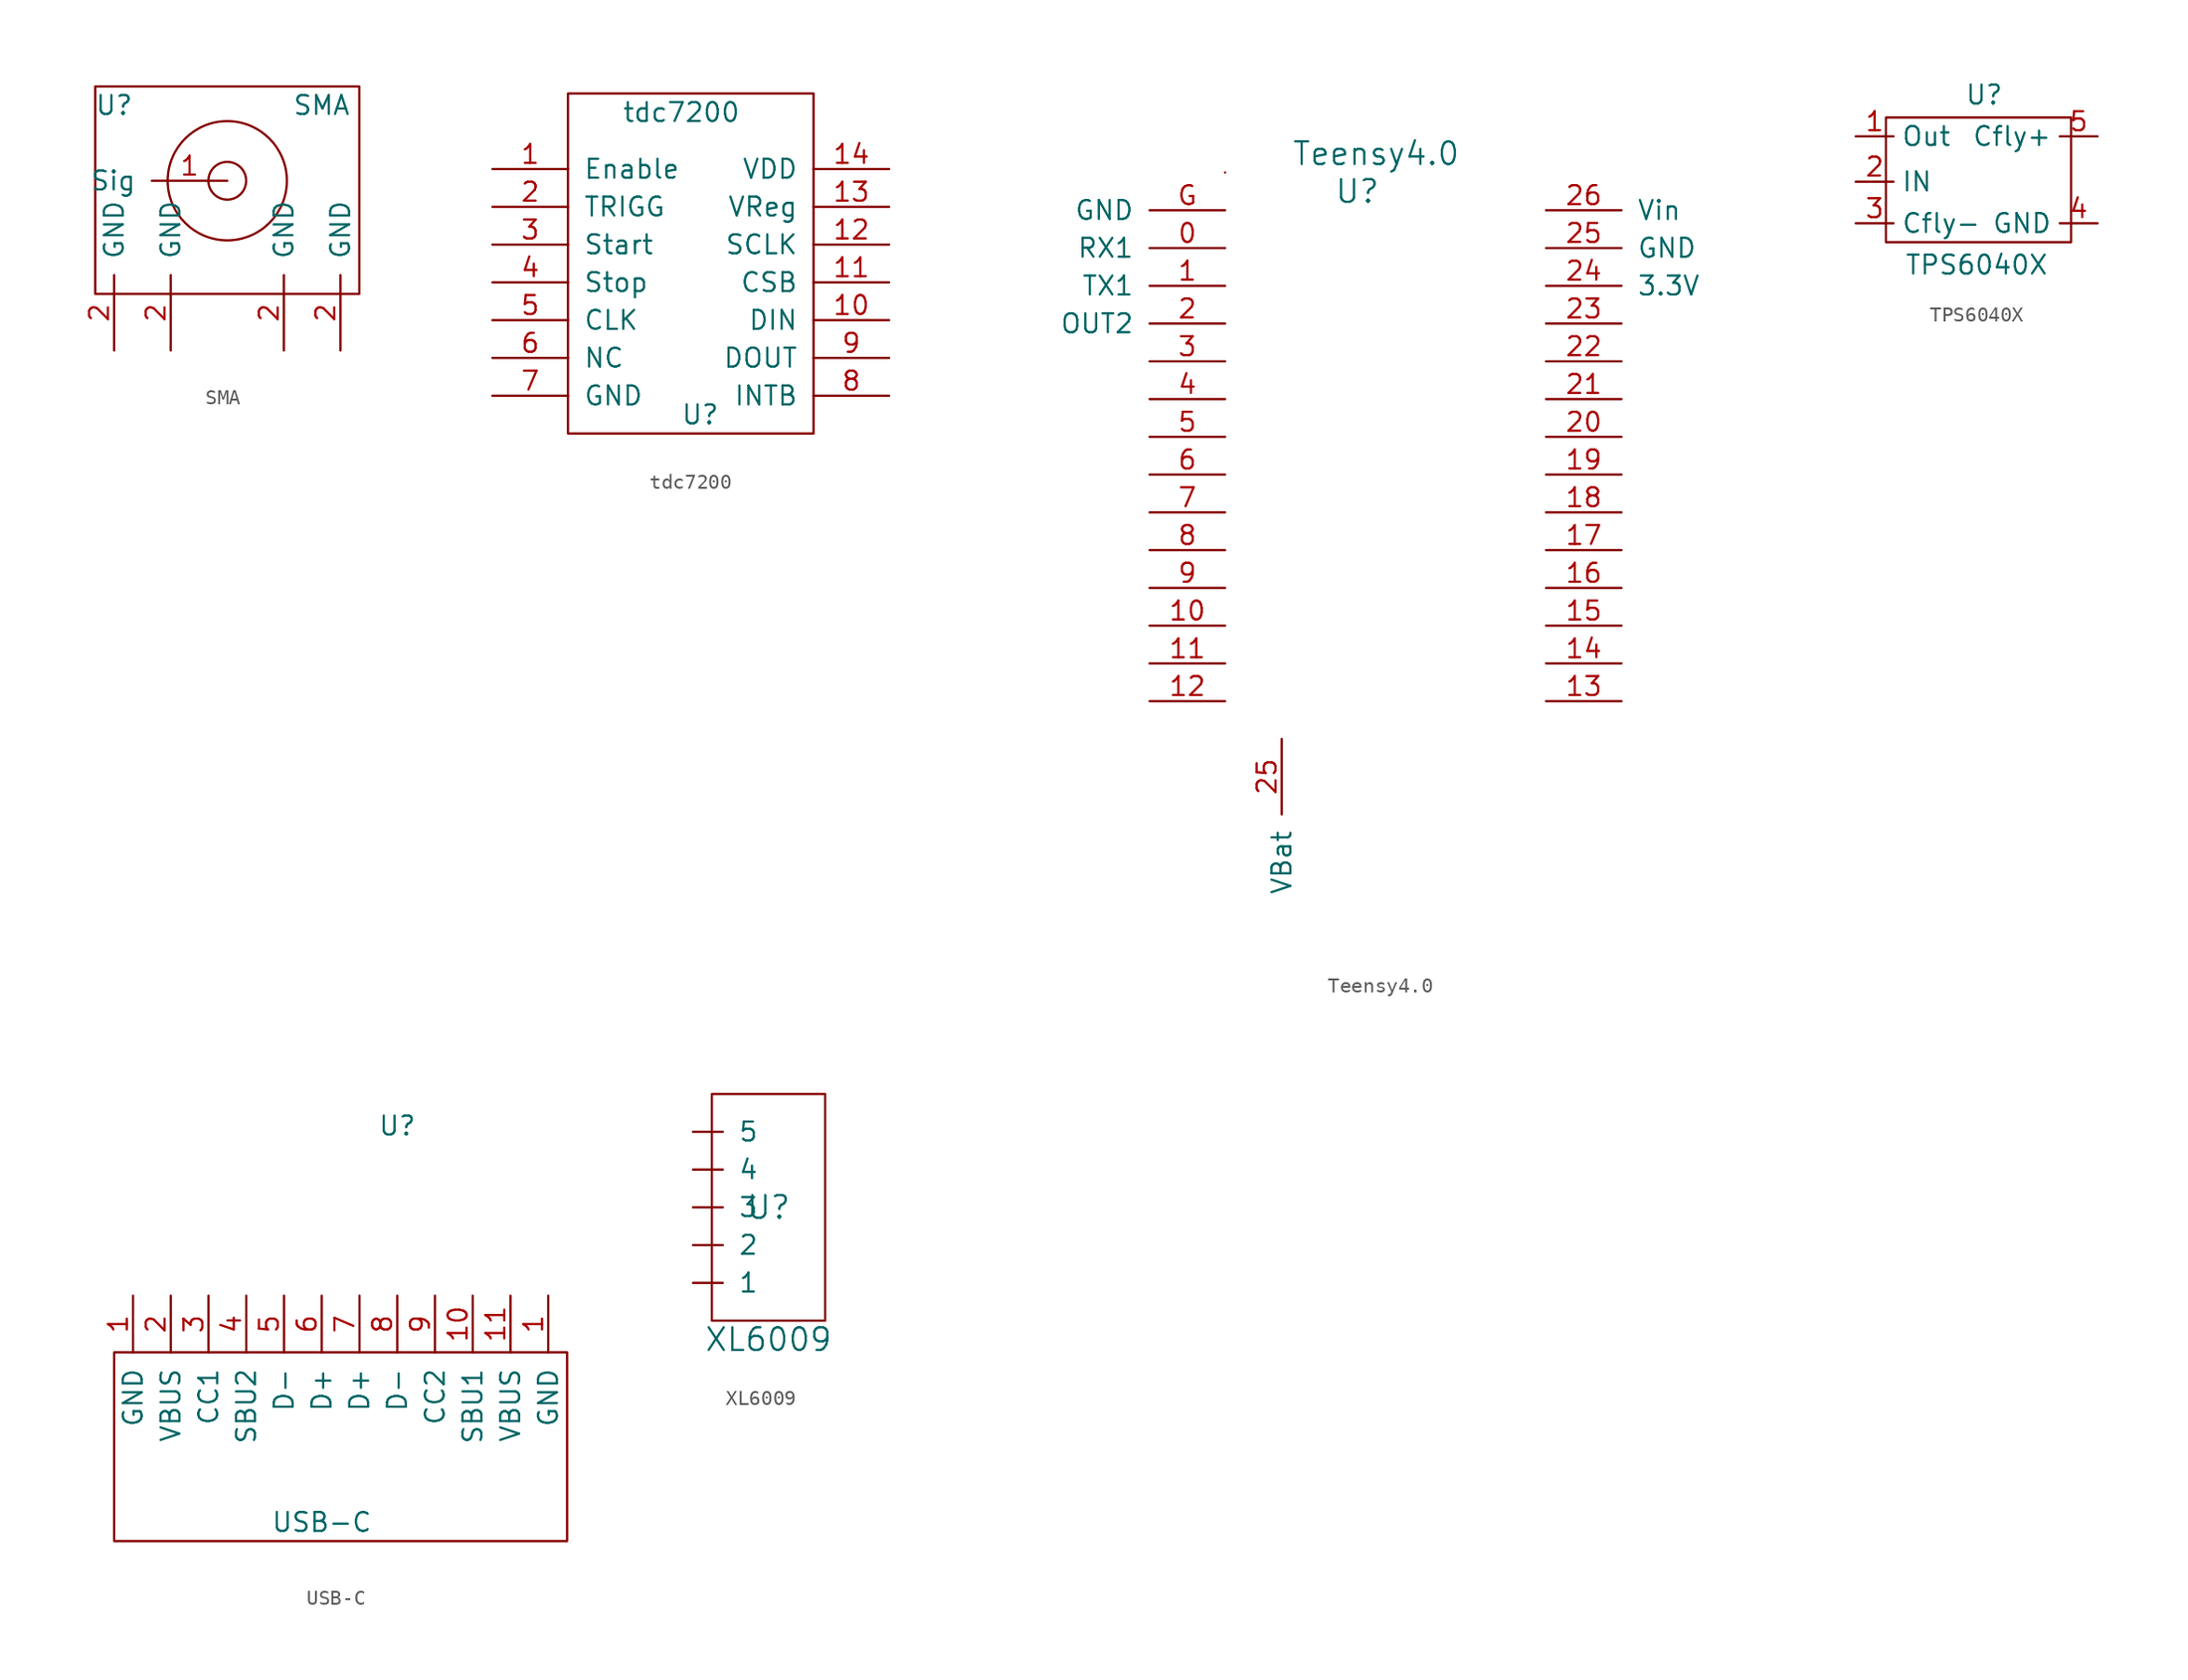
<source format=kicad_sym>
(kicad_symbol_lib
  (version 20220914)
  (generator kicad_symbol_editor)
  (symbol "SMA"
    (pin_names
      (offset 1.016))
    (property "Reference" "U"
      (at -7.62 5.08 0)
      (effects (font (size 1.27 1.27))))
    (property "Value" "SMA"
      (at 6.35 5.08 0)
      (effects (font (size 1.27 1.27))))
    (symbol "SMA_0_1"
      (rectangle (start -8.89 6.35) (end 8.89 -7.62) (stroke (width 0) (type solid)) (fill (type none)))
      (circle (center 0 0) (radius 1.27) (stroke (width 0) (type solid)) (fill (type none)))
      (circle (center 0 0) (radius 4.013) (stroke (width 0) (type solid)) (fill (type none))))
    (symbol "SMA_1_1"
      (pin input line (at 0 0 180) (length 5.08) (name "Sig" (effects (font (size 1.27 1.27)))) (number "1" (effects (font (size 1.27 1.27)))))
      (pin input line (at -7.62 -11.43 90) (length 5.08) (name "GND" (effects (font (size 1.27 1.27)))) (number "2" (effects (font (size 1.27 1.27)))))
      (pin input line (at -3.81 -11.43 90) (length 5.08) (name "GND" (effects (font (size 1.27 1.27)))) (number "2" (effects (font (size 1.27 1.27)))))
      (pin input line (at 3.81 -11.43 90) (length 5.08) (name "GND" (effects (font (size 1.27 1.27)))) (number "2" (effects (font (size 1.27 1.27)))))
      (pin input line (at 7.62 -11.43 90) (length 5.08) (name "GND" (effects (font (size 1.27 1.27)))) (number "2" (effects (font (size 1.27 1.27)))))))
  (symbol "tdc7200"
    (pin_names
      (offset 1.016))
    (property "Reference" "U"
      (at 0 -2.54 0)
      (effects (font (size 1.27 1.27))))
    (property "Value" "tdc7200"
      (at -1.27 17.78 0)
      (effects (font (size 1.27 1.27))))
    (symbol "tdc7200_0_1"
      (rectangle (start -8.89 19.05) (end 7.62 -3.81) (stroke (width 0) (type solid)) (fill (type none))))
    (symbol "tdc7200_1_1"
      (pin input line (at -13.97 13.97 0) (length 5.08) (name "Enable" (effects (font (size 1.27 1.27)))) (number "1" (effects (font (size 1.27 1.27)))))
      (pin input line (at 12.7 3.81 180) (length 5.08) (name "DIN" (effects (font (size 1.27 1.27)))) (number "10" (effects (font (size 1.27 1.27)))))
      (pin input line (at 12.7 6.35 180) (length 5.08) (name "CSB" (effects (font (size 1.27 1.27)))) (number "11" (effects (font (size 1.27 1.27)))))
      (pin input line (at 12.7 8.89 180) (length 5.08) (name "SCLK" (effects (font (size 1.27 1.27)))) (number "12" (effects (font (size 1.27 1.27)))))
      (pin input line (at 12.7 11.43 180) (length 5.08) (name "VReg" (effects (font (size 1.27 1.27)))) (number "13" (effects (font (size 1.27 1.27)))))
      (pin input line (at 12.7 13.97 180) (length 5.08) (name "VDD" (effects (font (size 1.27 1.27)))) (number "14" (effects (font (size 1.27 1.27)))))
      (pin input line (at -13.97 11.43 0) (length 5.08) (name "TRIGG" (effects (font (size 1.27 1.27)))) (number "2" (effects (font (size 1.27 1.27)))))
      (pin input line (at -13.97 8.89 0) (length 5.08) (name "Start" (effects (font (size 1.27 1.27)))) (number "3" (effects (font (size 1.27 1.27)))))
      (pin input line (at -13.97 6.35 0) (length 5.08) (name "Stop" (effects (font (size 1.27 1.27)))) (number "4" (effects (font (size 1.27 1.27)))))
      (pin input line (at -13.97 3.81 0) (length 5.08) (name "CLK" (effects (font (size 1.27 1.27)))) (number "5" (effects (font (size 1.27 1.27)))))
      (pin input line (at -13.97 1.27 0) (length 5.08) (name "NC" (effects (font (size 1.27 1.27)))) (number "6" (effects (font (size 1.27 1.27)))))
      (pin input line (at -13.97 -1.27 0) (length 5.08) (name "GND" (effects (font (size 1.27 1.27)))) (number "7" (effects (font (size 1.27 1.27)))))
      (pin input line (at 12.7 -1.27 180) (length 5.08) (name "INTB" (effects (font (size 1.27 1.27)))) (number "8" (effects (font (size 1.27 1.27)))))
      (pin input line (at 12.7 1.27 180) (length 5.08) (name "DOUT" (effects (font (size 1.27 1.27)))) (number "9" (effects (font (size 1.27 1.27)))))))
  (symbol "Teensy4.0"
    (pin_names
      (offset 1.016))
    (property "Reference" "U"
      (at -1.27 16.51 0)
      (effects (font (size 1.524 1.524))))
    (property "Value" "Teensy4.0"
      (at 0 19.05 0)
      (effects (font (size 1.524 1.524))))
    (property "Footprint" ""
      (at 0 0 0)
      (effects (font (size 1.524 1.524))))
    (property "Datasheet" ""
      (at 0 0 0)
      (effects (font (size 1.524 1.524))))
    (symbol "Teensy4.0_0_1"
      (rectangle (start -10.16 17.78) (end -10.16 17.78) (stroke (width 0) (type solid)) (fill (type none))))
    (symbol "Teensy4.0_1_1"
      (pin input line (at -10.16 12.7 180) (length 5.08) (name "RX1" (effects (font (size 1.27 1.27)))) (number "0" (effects (font (size 1.27 1.27)))))
      (pin input line (at -10.16 10.16 180) (length 5.08) (name "TX1" (effects (font (size 1.27 1.27)))) (number "1" (effects (font (size 1.27 1.27)))))
      (pin input line (at -10.16 -12.7 180) (length 5.08) (name "~" (effects (font (size 1.27 1.27)))) (number "10" (effects (font (size 1.27 1.27)))))
      (pin input line (at -10.16 -15.24 180) (length 5.08) (name "~" (effects (font (size 1.27 1.27)))) (number "11" (effects (font (size 1.27 1.27)))))
      (pin input line (at -10.16 -17.78 180) (length 5.08) (name "~" (effects (font (size 1.27 1.27)))) (number "12" (effects (font (size 1.27 1.27)))))
      (pin input line (at 11.43 -17.78 0) (length 5.08) (name "~" (effects (font (size 1.27 1.27)))) (number "13" (effects (font (size 1.27 1.27)))))
      (pin input line (at 11.43 -15.24 0) (length 5.08) (name "~" (effects (font (size 1.27 1.27)))) (number "14" (effects (font (size 1.27 1.27)))))
      (pin input line (at 11.43 -12.7 0) (length 5.08) (name "~" (effects (font (size 1.27 1.27)))) (number "15" (effects (font (size 1.27 1.27)))))
      (pin input line (at 11.43 -10.16 0) (length 5.08) (name "~" (effects (font (size 1.27 1.27)))) (number "16" (effects (font (size 1.27 1.27)))))
      (pin input line (at 11.43 -7.62 0) (length 5.08) (name "~" (effects (font (size 1.27 1.27)))) (number "17" (effects (font (size 1.27 1.27)))))
      (pin input line (at 11.43 -5.08 0) (length 5.08) (name "~" (effects (font (size 1.27 1.27)))) (number "18" (effects (font (size 1.27 1.27)))))
      (pin input line (at 11.43 -2.54 0) (length 5.08) (name "~" (effects (font (size 1.27 1.27)))) (number "19" (effects (font (size 1.27 1.27)))))
      (pin input line (at -10.16 7.62 180) (length 5.08) (name "OUT2" (effects (font (size 1.27 1.27)))) (number "2" (effects (font (size 1.27 1.27)))))
      (pin input line (at 11.43 0 0) (length 5.08) (name "~" (effects (font (size 1.27 1.27)))) (number "20" (effects (font (size 1.27 1.27)))))
      (pin input line (at 11.43 2.54 0) (length 5.08) (name "~" (effects (font (size 1.27 1.27)))) (number "21" (effects (font (size 1.27 1.27)))))
      (pin input line (at 11.43 5.08 0) (length 5.08) (name "~" (effects (font (size 1.27 1.27)))) (number "22" (effects (font (size 1.27 1.27)))))
      (pin input line (at 11.43 7.62 0) (length 5.08) (name "~" (effects (font (size 1.27 1.27)))) (number "23" (effects (font (size 1.27 1.27)))))
      (pin input line (at 11.43 10.16 0) (length 5.08) (name "3.3V" (effects (font (size 1.27 1.27)))) (number "24" (effects (font (size 1.27 1.27)))))
      (pin input line (at 11.43 12.7 0) (length 5.08) (name "GND" (effects (font (size 1.27 1.27)))) (number "25" (effects (font (size 1.27 1.27)))))
      (pin input line (at -6.35 -20.32 270) (length 5.08) (name "VBat" (effects (font (size 1.27 1.27)))) (number "25" (effects (font (size 1.27 1.27)))))
      (pin input line (at 11.43 15.24 0) (length 5.08) (name "Vin" (effects (font (size 1.27 1.27)))) (number "26" (effects (font (size 1.27 1.27)))))
      (pin input line (at -10.16 5.08 180) (length 5.08) (name "~" (effects (font (size 1.27 1.27)))) (number "3" (effects (font (size 1.27 1.27)))))
      (pin input line (at -10.16 2.54 180) (length 5.08) (name "~" (effects (font (size 1.27 1.27)))) (number "4" (effects (font (size 1.27 1.27)))))
      (pin input line (at -10.16 0 180) (length 5.08) (name "~" (effects (font (size 1.27 1.27)))) (number "5" (effects (font (size 1.27 1.27)))))
      (pin input line (at -10.16 -2.54 180) (length 5.08) (name "~" (effects (font (size 1.27 1.27)))) (number "6" (effects (font (size 1.27 1.27)))))
      (pin input line (at -10.16 -5.08 180) (length 5.08) (name "~" (effects (font (size 1.27 1.27)))) (number "7" (effects (font (size 1.27 1.27)))))
      (pin input line (at -10.16 -7.62 180) (length 5.08) (name "~" (effects (font (size 1.27 1.27)))) (number "8" (effects (font (size 1.27 1.27)))))
      (pin input line (at -10.16 -10.16 180) (length 5.08) (name "~" (effects (font (size 1.27 1.27)))) (number "9" (effects (font (size 1.27 1.27)))))
      (pin input line (at -10.16 15.24 180) (length 5.08) (name "GND" (effects (font (size 1.27 1.27)))) (number "G" (effects (font (size 1.27 1.27)))))))
  (symbol "TPS6040X"
    (property "Reference" "U"
      (at 0.254 4.826 0)
      (effects (font (size 1.27 1.27))))
    (property "Value" "TPS6040X"
      (at -0.254 -6.604 0)
      (effects (font (size 1.27 1.27))))
    (symbol "TPS6040X_0_1"
      (rectangle (start -6.35 3.302) (end 6.096 -5.08) (stroke (width 0) (type default)) (fill (type none))))
    (symbol "TPS6040X_1_1"
      (pin input line (at -8.382 2.032 0) (length 2.54) (name "Out" (effects (font (size 1.27 1.27)))) (number "1" (effects (font (size 1.27 1.27)))))
      (pin input line (at -8.382 -1.016 0) (length 2.54) (name "IN" (effects (font (size 1.27 1.27)))) (number "2" (effects (font (size 1.27 1.27)))))
      (pin input line (at -8.382 -3.81 0) (length 2.54) (name "Cfly-" (effects (font (size 1.27 1.27)))) (number "3" (effects (font (size 1.27 1.27)))))
      (pin input line (at 7.874 -3.81 180) (length 2.54) (name "GND" (effects (font (size 1.27 1.27)))) (number "4" (effects (font (size 1.27 1.27)))))
      (pin input line (at 7.874 2.032 180) (length 2.54) (name "Cfly+" (effects (font (size 1.27 1.27)))) (number "5" (effects (font (size 1.27 1.27)))))))
  (symbol "USB-C"
    (pin_names
      (offset 1.016))
    (property "Reference" "U"
      (at 3.81 21.59 0)
      (effects (font (size 1.27 1.27))))
    (property "Value" "USB-C"
      (at -1.27 -5.08 0)
      (effects (font (size 1.27 1.27))))
    (symbol "USB-C_0_1"
      (rectangle (start -15.24 6.35) (end 15.24 -6.35) (stroke (width 0) (type solid)) (fill (type none))))
    (symbol "USB-C_1_1"
      (pin passive line (at -13.97 10.16 270) (length 3.81) (name "GND" (effects (font (size 1.27 1.27)))) (number "1" (effects (font (size 1.27 1.27)))))
      (pin passive line (at 13.97 10.16 270) (length 3.81) (name "GND" (effects (font (size 1.27 1.27)))) (number "1" (effects (font (size 1.27 1.27)))))
      (pin passive line (at 8.89 10.16 270) (length 3.81) (name "SBU1" (effects (font (size 1.27 1.27)))) (number "10" (effects (font (size 1.27 1.27)))))
      (pin passive line (at 11.43 10.16 270) (length 3.81) (name "VBUS" (effects (font (size 1.27 1.27)))) (number "11" (effects (font (size 1.27 1.27)))))
      (pin passive line (at -11.43 10.16 270) (length 3.81) (name "VBUS" (effects (font (size 1.27 1.27)))) (number "2" (effects (font (size 1.27 1.27)))))
      (pin passive line (at -8.89 10.16 270) (length 3.81) (name "CC1" (effects (font (size 1.27 1.27)))) (number "3" (effects (font (size 1.27 1.27)))))
      (pin passive line (at -6.35 10.16 270) (length 3.81) (name "SBU2" (effects (font (size 1.27 1.27)))) (number "4" (effects (font (size 1.27 1.27)))))
      (pin passive line (at -3.81 10.16 270) (length 3.81) (name "D-" (effects (font (size 1.27 1.27)))) (number "5" (effects (font (size 1.27 1.27)))))
      (pin passive line (at -1.27 10.16 270) (length 3.81) (name "D+" (effects (font (size 1.27 1.27)))) (number "6" (effects (font (size 1.27 1.27)))))
      (pin passive line (at 1.27 10.16 270) (length 3.81) (name "D+" (effects (font (size 1.27 1.27)))) (number "7" (effects (font (size 1.27 1.27)))))
      (pin passive line (at 3.81 10.16 270) (length 3.81) (name "D-" (effects (font (size 1.27 1.27)))) (number "8" (effects (font (size 1.27 1.27)))))
      (pin passive line (at 6.35 10.16 270) (length 3.81) (name "CC2" (effects (font (size 1.27 1.27)))) (number "9" (effects (font (size 1.27 1.27)))))))
  (symbol "XL6009"
    (pin_names
      (offset 1.016))
    (property "Reference" "U"
      (at 0 0 0)
      (effects (font (size 1.524 1.524))))
    (property "Value" "XL6009"
      (at 0 -8.89 0)
      (effects (font (size 1.524 1.524))))
    (property "Footprint" ""
      (at 0 0 0)
      (effects (font (size 1.524 1.524))))
    (property "Datasheet" ""
      (at 0 0 0)
      (effects (font (size 1.524 1.524))))
    (symbol "XL6009_0_1"
      (rectangle (start -3.81 7.62) (end 3.81 -7.62) (stroke (width 0) (type solid)) (fill (type none))))
    (symbol "XL6009_1_1"
      (pin input line (at -5.08 -5.08 0) (length 2.007) (name "1" (effects (font (size 1.27 1.27)))) (number "~" (effects (font (size 1.27 1.27)))))
      (pin input line (at -5.08 -2.54 0) (length 2.007) (name "2" (effects (font (size 1.27 1.27)))) (number "~" (effects (font (size 1.27 1.27)))))
      (pin input line (at -5.08 0 0) (length 2.007) (name "3" (effects (font (size 1.27 1.27)))) (number "~" (effects (font (size 1.27 1.27)))))
      (pin input line (at -5.08 2.54 0) (length 2.007) (name "4" (effects (font (size 1.27 1.27)))) (number "~" (effects (font (size 1.27 1.27)))))
      (pin input line (at -5.08 5.08 0) (length 2.007) (name "5" (effects (font (size 1.27 1.27)))) (number "~" (effects (font (size 1.27 1.27))))))))
</source>
